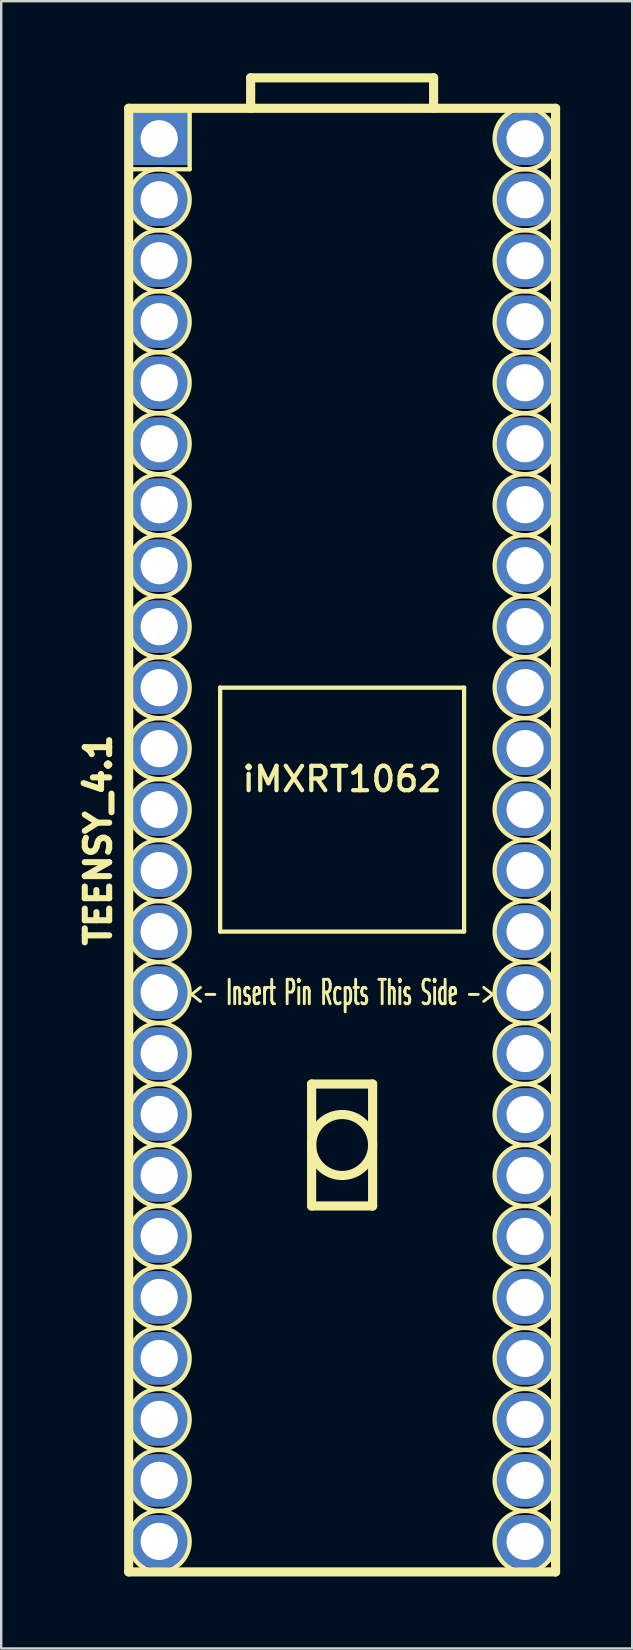
<source format=kicad_pcb>
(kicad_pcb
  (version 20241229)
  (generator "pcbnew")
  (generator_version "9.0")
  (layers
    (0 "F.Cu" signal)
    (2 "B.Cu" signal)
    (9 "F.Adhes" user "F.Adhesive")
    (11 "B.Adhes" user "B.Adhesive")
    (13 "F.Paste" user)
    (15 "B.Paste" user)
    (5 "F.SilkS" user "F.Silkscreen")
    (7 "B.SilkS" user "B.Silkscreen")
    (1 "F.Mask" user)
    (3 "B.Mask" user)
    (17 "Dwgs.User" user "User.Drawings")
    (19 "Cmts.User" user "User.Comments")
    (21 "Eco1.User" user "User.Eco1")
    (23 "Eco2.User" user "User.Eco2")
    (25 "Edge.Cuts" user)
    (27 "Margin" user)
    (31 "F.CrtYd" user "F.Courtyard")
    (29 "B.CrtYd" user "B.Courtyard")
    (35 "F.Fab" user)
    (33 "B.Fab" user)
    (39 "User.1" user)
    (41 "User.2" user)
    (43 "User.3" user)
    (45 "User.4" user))
  (footprint "TEENSY_4.1"
    (layer "F.Cu")
    (at 11.2 19.241)
    (property "Reference" "TEENSY_4.1" (at -10.16 12.7 90) (layer "F.SilkS") (effects (font (size 1.016 1.016) (thickness 0.254))))
    (attr through_hole)
    (fp_line (start -8.89 -17.78) (end -8.89 43.18) (stroke (width 0.381) (type solid)) (layer "F.SilkS"))
    (fp_line (start -8.89 -15.24) (end -6.35 -15.24) (stroke (width 0.178) (type solid)) (layer "F.SilkS"))
    (fp_line (start -8.89 43.18) (end 8.89 43.18) (stroke (width 0.381) (type solid)) (layer "F.SilkS"))
    (fp_line (start -6.35 -15.24) (end -6.35 -17.78) (stroke (width 0.178) (type solid)) (layer "F.SilkS"))
    (fp_line (start -5.08 6.35) (end -5.08 16.51) (stroke (width 0.178) (type solid)) (layer "F.SilkS"))
    (fp_line (start -5.08 16.51) (end 5.08 16.51) (stroke (width 0.178) (type solid)) (layer "F.SilkS"))
    (fp_line (start -3.81 -19.05) (end 3.81 -19.05) (stroke (width 0.381) (type solid)) (layer "F.SilkS"))
    (fp_line (start -3.81 -17.78) (end -3.81 -19.05) (stroke (width 0.381) (type solid)) (layer "F.SilkS"))
    (fp_line (start -1.27 22.86) (end -1.27 27.94) (stroke (width 0.381) (type solid)) (layer "F.SilkS"))
    (fp_line (start -1.27 27.94) (end 1.27 27.94) (stroke (width 0.381) (type solid)) (layer "F.SilkS"))
    (fp_line (start 1.27 22.86) (end -1.27 22.86) (stroke (width 0.381) (type solid)) (layer "F.SilkS"))
    (fp_line (start 1.27 27.94) (end 1.27 22.86) (stroke (width 0.381) (type solid)) (layer "F.SilkS"))
    (fp_line (start 3.81 -19.05) (end 3.81 -17.78) (stroke (width 0.381) (type solid)) (layer "F.SilkS"))
    (fp_line (start 5.08 6.35) (end -5.08 6.35) (stroke (width 0.178) (type solid)) (layer "F.SilkS"))
    (fp_line (start 5.08 16.51) (end 5.08 6.35) (stroke (width 0.178) (type solid)) (layer "F.SilkS"))
    (fp_line (start 8.89 -17.78) (end -8.89 -17.78) (stroke (width 0.381) (type solid)) (layer "F.SilkS"))
    (fp_line (start 8.89 43.18) (end 8.89 -17.78) (stroke (width 0.381) (type solid)) (layer "F.SilkS"))
    (fp_circle (center -7.62 -13.97) (end -6.35 -13.97) (stroke (width 0.178) (type solid)) (fill no) (layer "F.SilkS"))
    (fp_circle (center -7.62 -11.43) (end -6.35 -11.43) (stroke (width 0.178) (type solid)) (fill no) (layer "F.SilkS"))
    (fp_circle (center -7.62 -8.89) (end -6.35 -8.89) (stroke (width 0.178) (type solid)) (fill no) (layer "F.SilkS"))
    (fp_circle (center -7.62 -6.35) (end -6.35 -6.35) (stroke (width 0.178) (type solid)) (fill no) (layer "F.SilkS"))
    (fp_circle (center -7.62 -3.81) (end -6.35 -3.81) (stroke (width 0.178) (type solid)) (fill no) (layer "F.SilkS"))
    (fp_circle (center -7.62 -1.27) (end -6.35 -1.27) (stroke (width 0.178) (type solid)) (fill no) (layer "F.SilkS"))
    (fp_circle (center -7.62 1.27) (end -6.35 1.27) (stroke (width 0.178) (type solid)) (fill no) (layer "F.SilkS"))
    (fp_circle (center -7.62 3.81) (end -6.35 3.81) (stroke (width 0.178) (type solid)) (fill no) (layer "F.SilkS"))
    (fp_circle (center -7.62 6.35) (end -6.35 6.35) (stroke (width 0.178) (type solid)) (fill no) (layer "F.SilkS"))
    (fp_circle (center -7.62 8.89) (end -6.35 8.89) (stroke (width 0.178) (type solid)) (fill no) (layer "F.SilkS"))
    (fp_circle (center -7.62 11.43) (end -6.35 11.43) (stroke (width 0.178) (type solid)) (fill no) (layer "F.SilkS"))
    (fp_circle (center -7.62 13.97) (end -6.35 13.97) (stroke (width 0.178) (type solid)) (fill no) (layer "F.SilkS"))
    (fp_circle (center -7.62 16.51) (end -6.35 16.51) (stroke (width 0.178) (type solid)) (fill no) (layer "F.SilkS"))
    (fp_circle (center -7.62 19.05) (end -6.35 19.05) (stroke (width 0.178) (type solid)) (fill no) (layer "F.SilkS"))
    (fp_circle (center -7.62 21.59) (end -6.35 21.59) (stroke (width 0.178) (type solid)) (fill no) (layer "F.SilkS"))
    (fp_circle (center -7.62 24.13) (end -6.35 24.13) (stroke (width 0.178) (type solid)) (fill no) (layer "F.SilkS"))
    (fp_circle (center -7.62 26.67) (end -6.35 26.67) (stroke (width 0.178) (type solid)) (fill no) (layer "F.SilkS"))
    (fp_circle (center -7.62 29.21) (end -6.35 29.21) (stroke (width 0.178) (type solid)) (fill no) (layer "F.SilkS"))
    (fp_circle (center -7.62 31.75) (end -6.35 31.75) (stroke (width 0.178) (type solid)) (fill no) (layer "F.SilkS"))
    (fp_circle (center -7.62 34.29) (end -6.35 34.29) (stroke (width 0.178) (type solid)) (fill no) (layer "F.SilkS"))
    (fp_circle (center -7.62 36.83) (end -6.35 36.83) (stroke (width 0.178) (type solid)) (fill no) (layer "F.SilkS"))
    (fp_circle (center -7.62 39.37) (end -6.35 39.37) (stroke (width 0.178) (type solid)) (fill no) (layer "F.SilkS"))
    (fp_circle (center -7.62 41.91) (end -6.35 41.91) (stroke (width 0.178) (type solid)) (fill no) (layer "F.SilkS"))
    (fp_circle (center 0 25.4) (end -1.27 25.4) (stroke (width 0.381) (type solid)) (fill no) (layer "F.SilkS"))
    (fp_circle (center 7.62 -16.51) (end 8.89 -16.51) (stroke (width 0.178) (type solid)) (fill no) (layer "F.SilkS"))
    (fp_circle (center 7.62 -13.97) (end 8.89 -13.97) (stroke (width 0.178) (type solid)) (fill no) (layer "F.SilkS"))
    (fp_circle (center 7.62 -11.43) (end 8.89 -11.43) (stroke (width 0.178) (type solid)) (fill no) (layer "F.SilkS"))
    (fp_circle (center 7.62 -8.89) (end 8.89 -8.89) (stroke (width 0.178) (type solid)) (fill no) (layer "F.SilkS"))
    (fp_circle (center 7.62 -6.35) (end 8.89 -6.35) (stroke (width 0.178) (type solid)) (fill no) (layer "F.SilkS"))
    (fp_circle (center 7.62 -3.81) (end 8.89 -3.81) (stroke (width 0.178) (type solid)) (fill no) (layer "F.SilkS"))
    (fp_circle (center 7.62 -1.27) (end 8.89 -1.27) (stroke (width 0.178) (type solid)) (fill no) (layer "F.SilkS"))
    (fp_circle (center 7.62 1.27) (end 8.89 1.27) (stroke (width 0.178) (type solid)) (fill no) (layer "F.SilkS"))
    (fp_circle (center 7.62 3.81) (end 8.89 3.81) (stroke (width 0.178) (type solid)) (fill no) (layer "F.SilkS"))
    (fp_circle (center 7.62 6.35) (end 8.89 6.35) (stroke (width 0.178) (type solid)) (fill no) (layer "F.SilkS"))
    (fp_circle (center 7.62 8.89) (end 8.89 8.89) (stroke (width 0.178) (type solid)) (fill no) (layer "F.SilkS"))
    (fp_circle (center 7.62 11.43) (end 8.89 11.43) (stroke (width 0.178) (type solid)) (fill no) (layer "F.SilkS"))
    (fp_circle (center 7.62 13.97) (end 8.89 13.97) (stroke (width 0.178) (type solid)) (fill no) (layer "F.SilkS"))
    (fp_circle (center 7.62 16.51) (end 8.89 16.51) (stroke (width 0.178) (type solid)) (fill no) (layer "F.SilkS"))
    (fp_circle (center 7.62 19.05) (end 8.89 19.05) (stroke (width 0.178) (type solid)) (fill no) (layer "F.SilkS"))
    (fp_circle (center 7.62 21.59) (end 8.89 21.59) (stroke (width 0.178) (type solid)) (fill no) (layer "F.SilkS"))
    (fp_circle (center 7.62 24.13) (end 8.89 24.13) (stroke (width 0.178) (type solid)) (fill no) (layer "F.SilkS"))
    (fp_circle (center 7.62 26.67) (end 8.89 26.67) (stroke (width 0.178) (type solid)) (fill no) (layer "F.SilkS"))
    (fp_circle (center 7.62 29.21) (end 8.89 29.21) (stroke (width 0.178) (type solid)) (fill no) (layer "F.SilkS"))
    (fp_circle (center 7.62 31.75) (end 8.89 31.75) (stroke (width 0.178) (type solid)) (fill no) (layer "F.SilkS"))
    (fp_circle (center 7.62 34.29) (end 8.89 34.29) (stroke (width 0.178) (type solid)) (fill no) (layer "F.SilkS"))
    (fp_circle (center 7.62 36.83) (end 8.89 36.83) (stroke (width 0.178) (type solid)) (fill no) (layer "F.SilkS"))
    (fp_circle (center 7.62 39.37) (end 8.89 39.37) (stroke (width 0.178) (type solid)) (fill no) (layer "F.SilkS"))
    (fp_circle (center 7.62 41.91) (end 8.89 41.91) (stroke (width 0.178) (type solid)) (fill no) (layer "F.SilkS"))
    (fp_text user "iMXRT1062" (at 0 10.16 0) (layer "F.SilkS") (effects (font (size 1.016 1.016) (thickness 0.178))))
    (fp_text user "<- Insert Pin Rcpts This Side ->" (at 0 19.05 0) (layer "F.SilkS") (effects (font (size 1.016 0.483) (thickness 0.121))))
    (pad "" thru_hole oval (at 7.62 -13.97) (size 2.54 2.184) (drill 1.549) (layers "*.Cu" "*.Mask"))
    (pad "" thru_hole oval (at 7.62 19.05) (size 2.54 2.184) (drill 1.549) (layers "*.Cu" "*.Mask"))
    (pad "0" thru_hole oval (at -7.62 -13.97) (size 2.54 2.184) (drill 1.549) (layers "*.Cu" "*.Mask"))
    (pad "1" thru_hole oval (at -7.62 -11.43) (size 2.54 2.184) (drill 1.549) (layers "*.Cu" "*.Mask"))
    (pad "2" thru_hole oval (at -7.62 -8.89) (size 2.54 2.184) (drill 1.549) (layers "*.Cu" "*.Mask"))
    (pad "3" thru_hole oval (at -7.62 -6.35) (size 2.54 2.184) (drill 1.549) (layers "*.Cu" "*.Mask"))
    (pad "3V3" thru_hole oval (at -7.62 19.05) (size 2.54 2.184) (drill 1.549) (layers "*.Cu" "*.Mask"))
    (pad "3V3" thru_hole oval (at 7.62 -11.43) (size 2.54 2.184) (drill 1.549) (layers "*.Cu" "*.Mask"))
    (pad "4" thru_hole oval (at -7.62 -3.81) (size 2.54 2.184) (drill 1.549) (layers "*.Cu" "*.Mask"))
    (pad "5" thru_hole oval (at -7.62 -1.27) (size 2.54 2.184) (drill 1.549) (layers "*.Cu" "*.Mask"))
    (pad "6" thru_hole oval (at -7.62 1.27) (size 2.54 2.184) (drill 1.549) (layers "*.Cu" "*.Mask"))
    (pad "7" thru_hole oval (at -7.62 3.81) (size 2.54 2.184) (drill 1.549) (layers "*.Cu" "*.Mask"))
    (pad "8" thru_hole oval (at -7.62 6.35) (size 2.54 2.184) (drill 1.549) (layers "*.Cu" "*.Mask"))
    (pad "9" thru_hole oval (at -7.62 8.89) (size 2.54 2.184) (drill 1.549) (layers "*.Cu" "*.Mask"))
    (pad "10" thru_hole oval (at -7.62 11.43) (size 2.54 2.184) (drill 1.549) (layers "*.Cu" "*.Mask"))
    (pad "11" thru_hole oval (at -7.62 13.97) (size 2.54 2.184) (drill 1.549) (layers "*.Cu" "*.Mask"))
    (pad "12" thru_hole oval (at -7.62 16.51) (size 2.54 2.184) (drill 1.549) (layers "*.Cu" "*.Mask"))
    (pad "13" thru_hole oval (at 7.62 16.51) (size 2.54 2.184) (drill 1.549) (layers "*.Cu" "*.Mask"))
    (pad "14" thru_hole oval (at 7.62 13.97) (size 2.54 2.184) (drill 1.549) (layers "*.Cu" "*.Mask"))
    (pad "15" thru_hole oval (at 7.62 11.43) (size 2.54 2.184) (drill 1.549) (layers "*.Cu" "*.Mask"))
    (pad "16" thru_hole oval (at 7.62 8.89) (size 2.54 2.184) (drill 1.549) (layers "*.Cu" "*.Mask"))
    (pad "17" thru_hole oval (at 7.62 6.35) (size 2.54 2.184) (drill 1.549) (layers "*.Cu" "*.Mask"))
    (pad "18" thru_hole oval (at 7.62 3.81) (size 2.54 2.184) (drill 1.549) (layers "*.Cu" "*.Mask"))
    (pad "19" thru_hole oval (at 7.62 1.27) (size 2.54 2.184) (drill 1.549) (layers "*.Cu" "*.Mask"))
    (pad "20" thru_hole oval (at 7.62 -1.27) (size 2.54 2.184) (drill 1.549) (layers "*.Cu" "*.Mask"))
    (pad "21" thru_hole oval (at 7.62 -3.81) (size 2.54 2.184) (drill 1.549) (layers "*.Cu" "*.Mask"))
    (pad "22" thru_hole oval (at 7.62 -6.35) (size 2.54 2.184) (drill 1.549) (layers "*.Cu" "*.Mask"))
    (pad "23" thru_hole oval (at 7.62 -8.89) (size 2.54 2.184) (drill 1.549) (layers "*.Cu" "*.Mask"))
    (pad "24" thru_hole oval (at -7.62 21.59) (size 2.54 2.184) (drill 1.549) (layers "*.Cu" "*.Mask"))
    (pad "25" thru_hole oval (at -7.62 24.13) (size 2.54 2.184) (drill 1.549) (layers "*.Cu" "*.Mask"))
    (pad "26" thru_hole oval (at -7.62 26.67) (size 2.54 2.184) (drill 1.549) (layers "*.Cu" "*.Mask"))
    (pad "27" thru_hole oval (at -7.62 29.21) (size 2.54 2.184) (drill 1.549) (layers "*.Cu" "*.Mask"))
    (pad "28" thru_hole oval (at -7.62 31.75) (size 2.54 2.184) (drill 1.549) (layers "*.Cu" "*.Mask"))
    (pad "29" thru_hole oval (at -7.62 34.29) (size 2.54 2.184) (drill 1.549) (layers "*.Cu" "*.Mask"))
    (pad "30" thru_hole oval (at -7.62 36.83) (size 2.54 2.184) (drill 1.549) (layers "*.Cu" "*.Mask"))
    (pad "31" thru_hole oval (at -7.62 39.37) (size 2.54 2.184) (drill 1.549) (layers "*.Cu" "*.Mask"))
    (pad "32" thru_hole oval (at -7.62 41.91) (size 2.54 2.184) (drill 1.549) (layers "*.Cu" "*.Mask"))
    (pad "33" thru_hole oval (at 7.62 41.91) (size 2.54 2.184) (drill 1.549) (layers "*.Cu" "*.Mask"))
    (pad "34" thru_hole oval (at 7.62 39.37) (size 2.54 2.184) (drill 1.549) (layers "*.Cu" "*.Mask"))
    (pad "35" thru_hole oval (at 7.62 36.83) (size 2.54 2.184) (drill 1.549) (layers "*.Cu" "*.Mask"))
    (pad "36" thru_hole oval (at 7.62 34.29) (size 2.54 2.184) (drill 1.549) (layers "*.Cu" "*.Mask"))
    (pad "37" thru_hole oval (at 7.62 31.75) (size 2.54 2.184) (drill 1.549) (layers "*.Cu" "*.Mask"))
    (pad "38" thru_hole oval (at 7.62 29.21) (size 2.54 2.184) (drill 1.549) (layers "*.Cu" "*.Mask"))
    (pad "39" thru_hole oval (at 7.62 26.67) (size 2.54 2.184) (drill 1.549) (layers "*.Cu" "*.Mask"))
    (pad "40" thru_hole oval (at 7.62 24.13) (size 2.54 2.184) (drill 1.549) (layers "*.Cu" "*.Mask"))
    (pad "41" thru_hole oval (at 7.62 21.59) (size 2.54 2.184) (drill 1.549) (layers "*.Cu" "*.Mask"))
    (pad "GND" thru_hole rect (at -7.62 -16.51) (size 2.54 2.184) (drill 1.549) (layers "*.Cu" "*.Mask"))
    (pad "V_IN" thru_hole oval (at 7.62 -16.51) (size 2.54 2.184) (drill 1.549) (layers "*.Cu" "*.Mask")))
  (gr_rect
    (start -3 -3)
    (end 23.281 65.611)
    (stroke (width 0.1) (type default))
    (fill no)
    (layer "Edge.Cuts")))
</source>
